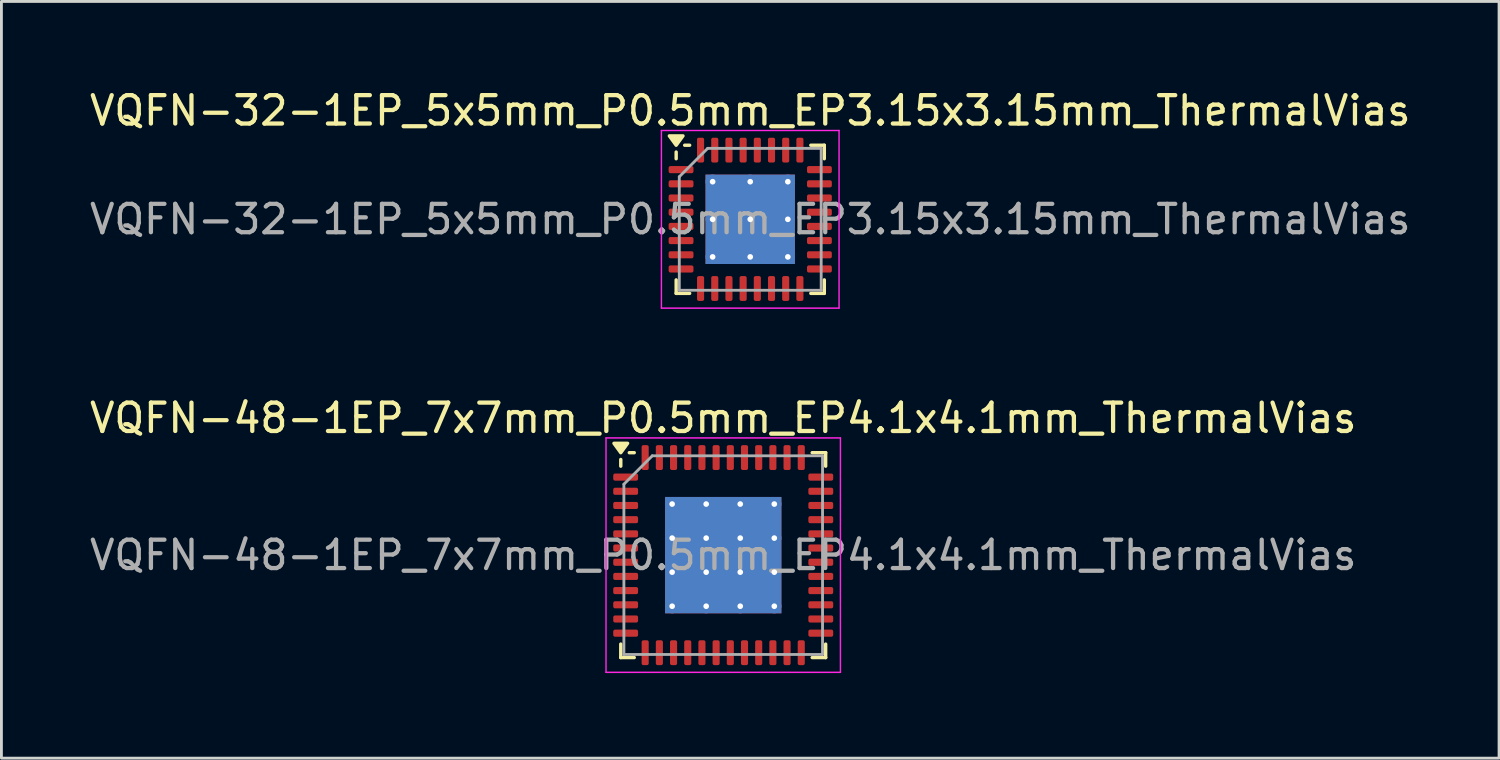
<source format=kicad_pcb>
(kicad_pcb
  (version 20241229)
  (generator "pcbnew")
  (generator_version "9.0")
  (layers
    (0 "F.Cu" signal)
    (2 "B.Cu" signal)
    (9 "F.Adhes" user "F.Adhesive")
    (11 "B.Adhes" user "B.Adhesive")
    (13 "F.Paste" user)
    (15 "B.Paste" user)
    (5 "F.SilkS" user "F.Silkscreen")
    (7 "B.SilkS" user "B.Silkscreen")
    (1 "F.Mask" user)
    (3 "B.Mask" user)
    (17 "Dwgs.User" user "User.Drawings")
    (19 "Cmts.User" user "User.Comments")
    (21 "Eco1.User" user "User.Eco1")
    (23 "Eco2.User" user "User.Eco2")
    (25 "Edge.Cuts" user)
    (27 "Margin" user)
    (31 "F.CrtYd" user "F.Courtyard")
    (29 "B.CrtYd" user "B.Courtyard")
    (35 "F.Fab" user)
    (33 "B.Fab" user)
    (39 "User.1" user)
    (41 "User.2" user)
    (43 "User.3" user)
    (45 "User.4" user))
  (footprint "VQFN-48-1EP_7x7mm_P0.5mm_EP4.1x4.1mm_ThermalVias"
    (layer "F.Cu")
    (at 22.435 16.512)
    (property "Reference" "VQFN-48-1EP_7x7mm_P0.5mm_EP4.1x4.1mm_ThermalVias" (at 0 -4.83 0) (layer "F.SilkS") (effects (font (size 1 1) (thickness 0.15))))
    (attr smd)
    (fp_line (start -3.61 -3.135) (end -3.61 -3.37) (stroke (width 0.12) (type solid)) (layer "F.SilkS"))
    (fp_line (start -3.61 3.61) (end -3.61 3.135) (stroke (width 0.12) (type solid)) (layer "F.SilkS"))
    (fp_line (start -3.135 -3.61) (end -3.31 -3.61) (stroke (width 0.12) (type solid)) (layer "F.SilkS"))
    (fp_line (start -3.135 3.61) (end -3.61 3.61) (stroke (width 0.12) (type solid)) (layer "F.SilkS"))
    (fp_line (start 3.135 -3.61) (end 3.61 -3.61) (stroke (width 0.12) (type solid)) (layer "F.SilkS"))
    (fp_line (start 3.135 3.61) (end 3.61 3.61) (stroke (width 0.12) (type solid)) (layer "F.SilkS"))
    (fp_line (start 3.61 -3.61) (end 3.61 -3.135) (stroke (width 0.12) (type solid)) (layer "F.SilkS"))
    (fp_line (start 3.61 3.61) (end 3.61 3.135) (stroke (width 0.12) (type solid)) (layer "F.SilkS"))
    (fp_poly (pts (xy -3.61 -3.61) (xy -3.85 -3.94) (xy -3.37 -3.94) (xy -3.61 -3.61)) (stroke (width 0.12) (type solid)) (fill yes) (layer "F.SilkS"))
    (fp_line (start -4.13 -4.13) (end -4.13 4.13) (stroke (width 0.05) (type solid)) (layer "F.CrtYd"))
    (fp_line (start -4.13 4.13) (end 4.13 4.13) (stroke (width 0.05) (type solid)) (layer "F.CrtYd"))
    (fp_line (start 4.13 -4.13) (end -4.13 -4.13) (stroke (width 0.05) (type solid)) (layer "F.CrtYd"))
    (fp_line (start 4.13 4.13) (end 4.13 -4.13) (stroke (width 0.05) (type solid)) (layer "F.CrtYd"))
    (fp_line (start -3.5 -2.5) (end -2.5 -3.5) (stroke (width 0.1) (type solid)) (layer "F.Fab"))
    (fp_line (start -3.5 3.5) (end -3.5 -2.5) (stroke (width 0.1) (type solid)) (layer "F.Fab"))
    (fp_line (start -2.5 -3.5) (end 3.5 -3.5) (stroke (width 0.1) (type solid)) (layer "F.Fab"))
    (fp_line (start 3.5 -3.5) (end 3.5 3.5) (stroke (width 0.1) (type solid)) (layer "F.Fab"))
    (fp_line (start 3.5 3.5) (end -3.5 3.5) (stroke (width 0.1) (type solid)) (layer "F.Fab"))
    (fp_text user "${REFERENCE}" (at 0 0 0) (layer "F.Fab") (effects (font (size 1 1) (thickness 0.15))))
    (pad "" smd roundrect (at -1.37 -1.37) (size 1.1 1.1) (layers "F.Paste") (roundrect_rratio 0.227))
    (pad "" smd roundrect (at -1.37 0) (size 1.1 1.1) (layers "F.Paste") (roundrect_rratio 0.227))
    (pad "" smd roundrect (at -1.37 1.37) (size 1.1 1.1) (layers "F.Paste") (roundrect_rratio 0.227))
    (pad "" smd roundrect (at 0 -1.37) (size 1.1 1.1) (layers "F.Paste") (roundrect_rratio 0.227))
    (pad "" smd roundrect (at 0 0) (size 1.1 1.1) (layers "F.Paste") (roundrect_rratio 0.227))
    (pad "" smd roundrect (at 0 1.37) (size 1.1 1.1) (layers "F.Paste") (roundrect_rratio 0.227))
    (pad "" smd roundrect (at 1.37 -1.37) (size 1.1 1.1) (layers "F.Paste") (roundrect_rratio 0.227))
    (pad "" smd roundrect (at 1.37 0) (size 1.1 1.1) (layers "F.Paste") (roundrect_rratio 0.227))
    (pad "" smd roundrect (at 1.37 1.37) (size 1.1 1.1) (layers "F.Paste") (roundrect_rratio 0.227))
    (pad "1" smd roundrect (at -3.438 -2.75) (size 0.875 0.25) (layers "F.Cu" "F.Mask" "F.Paste") (roundrect_rratio 0.25))
    (pad "2" smd roundrect (at -3.438 -2.25) (size 0.875 0.25) (layers "F.Cu" "F.Mask" "F.Paste") (roundrect_rratio 0.25))
    (pad "3" smd roundrect (at -3.438 -1.75) (size 0.875 0.25) (layers "F.Cu" "F.Mask" "F.Paste") (roundrect_rratio 0.25))
    (pad "4" smd roundrect (at -3.438 -1.25) (size 0.875 0.25) (layers "F.Cu" "F.Mask" "F.Paste") (roundrect_rratio 0.25))
    (pad "5" smd roundrect (at -3.438 -0.75) (size 0.875 0.25) (layers "F.Cu" "F.Mask" "F.Paste") (roundrect_rratio 0.25))
    (pad "6" smd roundrect (at -3.438 -0.25) (size 0.875 0.25) (layers "F.Cu" "F.Mask" "F.Paste") (roundrect_rratio 0.25))
    (pad "7" smd roundrect (at -3.438 0.25) (size 0.875 0.25) (layers "F.Cu" "F.Mask" "F.Paste") (roundrect_rratio 0.25))
    (pad "8" smd roundrect (at -3.438 0.75) (size 0.875 0.25) (layers "F.Cu" "F.Mask" "F.Paste") (roundrect_rratio 0.25))
    (pad "9" smd roundrect (at -3.438 1.25) (size 0.875 0.25) (layers "F.Cu" "F.Mask" "F.Paste") (roundrect_rratio 0.25))
    (pad "10" smd roundrect (at -3.438 1.75) (size 0.875 0.25) (layers "F.Cu" "F.Mask" "F.Paste") (roundrect_rratio 0.25))
    (pad "11" smd roundrect (at -3.438 2.25) (size 0.875 0.25) (layers "F.Cu" "F.Mask" "F.Paste") (roundrect_rratio 0.25))
    (pad "12" smd roundrect (at -3.438 2.75) (size 0.875 0.25) (layers "F.Cu" "F.Mask" "F.Paste") (roundrect_rratio 0.25))
    (pad "13" smd roundrect (at -2.75 3.438) (size 0.25 0.875) (layers "F.Cu" "F.Mask" "F.Paste") (roundrect_rratio 0.25))
    (pad "14" smd roundrect (at -2.25 3.438) (size 0.25 0.875) (layers "F.Cu" "F.Mask" "F.Paste") (roundrect_rratio 0.25))
    (pad "15" smd roundrect (at -1.75 3.438) (size 0.25 0.875) (layers "F.Cu" "F.Mask" "F.Paste") (roundrect_rratio 0.25))
    (pad "16" smd roundrect (at -1.25 3.438) (size 0.25 0.875) (layers "F.Cu" "F.Mask" "F.Paste") (roundrect_rratio 0.25))
    (pad "17" smd roundrect (at -0.75 3.438) (size 0.25 0.875) (layers "F.Cu" "F.Mask" "F.Paste") (roundrect_rratio 0.25))
    (pad "18" smd roundrect (at -0.25 3.438) (size 0.25 0.875) (layers "F.Cu" "F.Mask" "F.Paste") (roundrect_rratio 0.25))
    (pad "19" smd roundrect (at 0.25 3.438) (size 0.25 0.875) (layers "F.Cu" "F.Mask" "F.Paste") (roundrect_rratio 0.25))
    (pad "20" smd roundrect (at 0.75 3.438) (size 0.25 0.875) (layers "F.Cu" "F.Mask" "F.Paste") (roundrect_rratio 0.25))
    (pad "21" smd roundrect (at 1.25 3.438) (size 0.25 0.875) (layers "F.Cu" "F.Mask" "F.Paste") (roundrect_rratio 0.25))
    (pad "22" smd roundrect (at 1.75 3.438) (size 0.25 0.875) (layers "F.Cu" "F.Mask" "F.Paste") (roundrect_rratio 0.25))
    (pad "23" smd roundrect (at 2.25 3.438) (size 0.25 0.875) (layers "F.Cu" "F.Mask" "F.Paste") (roundrect_rratio 0.25))
    (pad "24" smd roundrect (at 2.75 3.438) (size 0.25 0.875) (layers "F.Cu" "F.Mask" "F.Paste") (roundrect_rratio 0.25))
    (pad "25" smd roundrect (at 3.438 2.75) (size 0.875 0.25) (layers "F.Cu" "F.Mask" "F.Paste") (roundrect_rratio 0.25))
    (pad "26" smd roundrect (at 3.438 2.25) (size 0.875 0.25) (layers "F.Cu" "F.Mask" "F.Paste") (roundrect_rratio 0.25))
    (pad "27" smd roundrect (at 3.438 1.75) (size 0.875 0.25) (layers "F.Cu" "F.Mask" "F.Paste") (roundrect_rratio 0.25))
    (pad "28" smd roundrect (at 3.438 1.25) (size 0.875 0.25) (layers "F.Cu" "F.Mask" "F.Paste") (roundrect_rratio 0.25))
    (pad "29" smd roundrect (at 3.438 0.75) (size 0.875 0.25) (layers "F.Cu" "F.Mask" "F.Paste") (roundrect_rratio 0.25))
    (pad "30" smd roundrect (at 3.438 0.25) (size 0.875 0.25) (layers "F.Cu" "F.Mask" "F.Paste") (roundrect_rratio 0.25))
    (pad "31" smd roundrect (at 3.438 -0.25) (size 0.875 0.25) (layers "F.Cu" "F.Mask" "F.Paste") (roundrect_rratio 0.25))
    (pad "32" smd roundrect (at 3.438 -0.75) (size 0.875 0.25) (layers "F.Cu" "F.Mask" "F.Paste") (roundrect_rratio 0.25))
    (pad "33" smd roundrect (at 3.438 -1.25) (size 0.875 0.25) (layers "F.Cu" "F.Mask" "F.Paste") (roundrect_rratio 0.25))
    (pad "34" smd roundrect (at 3.438 -1.75) (size 0.875 0.25) (layers "F.Cu" "F.Mask" "F.Paste") (roundrect_rratio 0.25))
    (pad "35" smd roundrect (at 3.438 -2.25) (size 0.875 0.25) (layers "F.Cu" "F.Mask" "F.Paste") (roundrect_rratio 0.25))
    (pad "36" smd roundrect (at 3.438 -2.75) (size 0.875 0.25) (layers "F.Cu" "F.Mask" "F.Paste") (roundrect_rratio 0.25))
    (pad "37" smd roundrect (at 2.75 -3.438) (size 0.25 0.875) (layers "F.Cu" "F.Mask" "F.Paste") (roundrect_rratio 0.25))
    (pad "38" smd roundrect (at 2.25 -3.438) (size 0.25 0.875) (layers "F.Cu" "F.Mask" "F.Paste") (roundrect_rratio 0.25))
    (pad "39" smd roundrect (at 1.75 -3.438) (size 0.25 0.875) (layers "F.Cu" "F.Mask" "F.Paste") (roundrect_rratio 0.25))
    (pad "40" smd roundrect (at 1.25 -3.438) (size 0.25 0.875) (layers "F.Cu" "F.Mask" "F.Paste") (roundrect_rratio 0.25))
    (pad "41" smd roundrect (at 0.75 -3.438) (size 0.25 0.875) (layers "F.Cu" "F.Mask" "F.Paste") (roundrect_rratio 0.25))
    (pad "42" smd roundrect (at 0.25 -3.438) (size 0.25 0.875) (layers "F.Cu" "F.Mask" "F.Paste") (roundrect_rratio 0.25))
    (pad "43" smd roundrect (at -0.25 -3.438) (size 0.25 0.875) (layers "F.Cu" "F.Mask" "F.Paste") (roundrect_rratio 0.25))
    (pad "44" smd roundrect (at -0.75 -3.438) (size 0.25 0.875) (layers "F.Cu" "F.Mask" "F.Paste") (roundrect_rratio 0.25))
    (pad "45" smd roundrect (at -1.25 -3.438) (size 0.25 0.875) (layers "F.Cu" "F.Mask" "F.Paste") (roundrect_rratio 0.25))
    (pad "46" smd roundrect (at -1.75 -3.438) (size 0.25 0.875) (layers "F.Cu" "F.Mask" "F.Paste") (roundrect_rratio 0.25))
    (pad "47" smd roundrect (at -2.25 -3.438) (size 0.25 0.875) (layers "F.Cu" "F.Mask" "F.Paste") (roundrect_rratio 0.25))
    (pad "48" smd roundrect (at -2.75 -3.438) (size 0.25 0.875) (layers "F.Cu" "F.Mask" "F.Paste") (roundrect_rratio 0.25))
    (pad "49" thru_hole circle (at -1.8 -1.8) (size 0.5 0.5) (drill 0.2) (property pad_prop_heatsink) (layers "*.Cu"))
    (pad "49" thru_hole circle (at -1.8 -0.6) (size 0.5 0.5) (drill 0.2) (property pad_prop_heatsink) (layers "*.Cu"))
    (pad "49" thru_hole circle (at -1.8 0.6) (size 0.5 0.5) (drill 0.2) (property pad_prop_heatsink) (layers "*.Cu"))
    (pad "49" thru_hole circle (at -1.8 1.8) (size 0.5 0.5) (drill 0.2) (property pad_prop_heatsink) (layers "*.Cu"))
    (pad "49" thru_hole circle (at -0.6 -1.8) (size 0.5 0.5) (drill 0.2) (property pad_prop_heatsink) (layers "*.Cu"))
    (pad "49" thru_hole circle (at -0.6 -0.6) (size 0.5 0.5) (drill 0.2) (property pad_prop_heatsink) (layers "*.Cu"))
    (pad "49" thru_hole circle (at -0.6 0.6) (size 0.5 0.5) (drill 0.2) (property pad_prop_heatsink) (layers "*.Cu"))
    (pad "49" thru_hole circle (at -0.6 1.8) (size 0.5 0.5) (drill 0.2) (property pad_prop_heatsink) (layers "*.Cu"))
    (pad "49" smd rect (at 0 0) (size 4.1 4.1) (property pad_prop_heatsink) (layers "F.Cu" "F.Mask"))
    (pad "49" smd rect (at 0 0) (size 4.1 4.1) (property pad_prop_heatsink) (layers "B.Cu"))
    (pad "49" thru_hole circle (at 0.6 -1.8) (size 0.5 0.5) (drill 0.2) (property pad_prop_heatsink) (layers "*.Cu"))
    (pad "49" thru_hole circle (at 0.6 -0.6) (size 0.5 0.5) (drill 0.2) (property pad_prop_heatsink) (layers "*.Cu"))
    (pad "49" thru_hole circle (at 0.6 0.6) (size 0.5 0.5) (drill 0.2) (property pad_prop_heatsink) (layers "*.Cu"))
    (pad "49" thru_hole circle (at 0.6 1.8) (size 0.5 0.5) (drill 0.2) (property pad_prop_heatsink) (layers "*.Cu"))
    (pad "49" thru_hole circle (at 1.8 -1.8) (size 0.5 0.5) (drill 0.2) (property pad_prop_heatsink) (layers "*.Cu"))
    (pad "49" thru_hole circle (at 1.8 -0.6) (size 0.5 0.5) (drill 0.2) (property pad_prop_heatsink) (layers "*.Cu"))
    (pad "49" thru_hole circle (at 1.8 0.6) (size 0.5 0.5) (drill 0.2) (property pad_prop_heatsink) (layers "*.Cu"))
    (pad "49" thru_hole circle (at 1.8 1.8) (size 0.5 0.5) (drill 0.2) (property pad_prop_heatsink) (layers "*.Cu")))
  (footprint "VQFN-32-1EP_5x5mm_P0.5mm_EP3.15x3.15mm_ThermalVias"
    (layer "F.Cu")
    (at 23.387 4.678)
    (property "Reference" "VQFN-32-1EP_5x5mm_P0.5mm_EP3.15x3.15mm_ThermalVias" (at 0 -3.83 0) (layer "F.SilkS") (effects (font (size 1 1) (thickness 0.15))))
    (attr smd)
    (fp_line (start -2.61 -2.135) (end -2.61 -2.37) (stroke (width 0.12) (type solid)) (layer "F.SilkS"))
    (fp_line (start -2.61 2.61) (end -2.61 2.135) (stroke (width 0.12) (type solid)) (layer "F.SilkS"))
    (fp_line (start -2.135 -2.61) (end -2.31 -2.61) (stroke (width 0.12) (type solid)) (layer "F.SilkS"))
    (fp_line (start -2.135 2.61) (end -2.61 2.61) (stroke (width 0.12) (type solid)) (layer "F.SilkS"))
    (fp_line (start 2.135 -2.61) (end 2.61 -2.61) (stroke (width 0.12) (type solid)) (layer "F.SilkS"))
    (fp_line (start 2.135 2.61) (end 2.61 2.61) (stroke (width 0.12) (type solid)) (layer "F.SilkS"))
    (fp_line (start 2.61 -2.61) (end 2.61 -2.135) (stroke (width 0.12) (type solid)) (layer "F.SilkS"))
    (fp_line (start 2.61 2.61) (end 2.61 2.135) (stroke (width 0.12) (type solid)) (layer "F.SilkS"))
    (fp_poly (pts (xy -2.61 -2.61) (xy -2.85 -2.94) (xy -2.37 -2.94) (xy -2.61 -2.61)) (stroke (width 0.12) (type solid)) (fill yes) (layer "F.SilkS"))
    (fp_line (start -3.13 -3.13) (end -3.13 3.13) (stroke (width 0.05) (type solid)) (layer "F.CrtYd"))
    (fp_line (start -3.13 3.13) (end 3.13 3.13) (stroke (width 0.05) (type solid)) (layer "F.CrtYd"))
    (fp_line (start 3.13 -3.13) (end -3.13 -3.13) (stroke (width 0.05) (type solid)) (layer "F.CrtYd"))
    (fp_line (start 3.13 3.13) (end 3.13 -3.13) (stroke (width 0.05) (type solid)) (layer "F.CrtYd"))
    (fp_line (start -2.5 -1.5) (end -1.5 -2.5) (stroke (width 0.1) (type solid)) (layer "F.Fab"))
    (fp_line (start -2.5 2.5) (end -2.5 -1.5) (stroke (width 0.1) (type solid)) (layer "F.Fab"))
    (fp_line (start -1.5 -2.5) (end 2.5 -2.5) (stroke (width 0.1) (type solid)) (layer "F.Fab"))
    (fp_line (start 2.5 -2.5) (end 2.5 2.5) (stroke (width 0.1) (type solid)) (layer "F.Fab"))
    (fp_line (start 2.5 2.5) (end -2.5 2.5) (stroke (width 0.1) (type solid)) (layer "F.Fab"))
    (fp_text user "${REFERENCE}" (at 0 0 0) (layer "F.Fab") (effects (font (size 1 1) (thickness 0.15))))
    (pad "" smd roundrect (at -0.79 -0.79) (size 1.27 1.27) (layers "F.Paste") (roundrect_rratio 0.197))
    (pad "" smd roundrect (at -0.79 0.79) (size 1.27 1.27) (layers "F.Paste") (roundrect_rratio 0.197))
    (pad "" smd roundrect (at 0.79 -0.79) (size 1.27 1.27) (layers "F.Paste") (roundrect_rratio 0.197))
    (pad "" smd roundrect (at 0.79 0.79) (size 1.27 1.27) (layers "F.Paste") (roundrect_rratio 0.197))
    (pad "1" smd roundrect (at -2.438 -1.75) (size 0.875 0.25) (layers "F.Cu" "F.Mask" "F.Paste") (roundrect_rratio 0.25))
    (pad "2" smd roundrect (at -2.438 -1.25) (size 0.875 0.25) (layers "F.Cu" "F.Mask" "F.Paste") (roundrect_rratio 0.25))
    (pad "3" smd roundrect (at -2.438 -0.75) (size 0.875 0.25) (layers "F.Cu" "F.Mask" "F.Paste") (roundrect_rratio 0.25))
    (pad "4" smd roundrect (at -2.438 -0.25) (size 0.875 0.25) (layers "F.Cu" "F.Mask" "F.Paste") (roundrect_rratio 0.25))
    (pad "5" smd roundrect (at -2.438 0.25) (size 0.875 0.25) (layers "F.Cu" "F.Mask" "F.Paste") (roundrect_rratio 0.25))
    (pad "6" smd roundrect (at -2.438 0.75) (size 0.875 0.25) (layers "F.Cu" "F.Mask" "F.Paste") (roundrect_rratio 0.25))
    (pad "7" smd roundrect (at -2.438 1.25) (size 0.875 0.25) (layers "F.Cu" "F.Mask" "F.Paste") (roundrect_rratio 0.25))
    (pad "8" smd roundrect (at -2.438 1.75) (size 0.875 0.25) (layers "F.Cu" "F.Mask" "F.Paste") (roundrect_rratio 0.25))
    (pad "9" smd roundrect (at -1.75 2.438) (size 0.25 0.875) (layers "F.Cu" "F.Mask" "F.Paste") (roundrect_rratio 0.25))
    (pad "10" smd roundrect (at -1.25 2.438) (size 0.25 0.875) (layers "F.Cu" "F.Mask" "F.Paste") (roundrect_rratio 0.25))
    (pad "11" smd roundrect (at -0.75 2.438) (size 0.25 0.875) (layers "F.Cu" "F.Mask" "F.Paste") (roundrect_rratio 0.25))
    (pad "12" smd roundrect (at -0.25 2.438) (size 0.25 0.875) (layers "F.Cu" "F.Mask" "F.Paste") (roundrect_rratio 0.25))
    (pad "13" smd roundrect (at 0.25 2.438) (size 0.25 0.875) (layers "F.Cu" "F.Mask" "F.Paste") (roundrect_rratio 0.25))
    (pad "14" smd roundrect (at 0.75 2.438) (size 0.25 0.875) (layers "F.Cu" "F.Mask" "F.Paste") (roundrect_rratio 0.25))
    (pad "15" smd roundrect (at 1.25 2.438) (size 0.25 0.875) (layers "F.Cu" "F.Mask" "F.Paste") (roundrect_rratio 0.25))
    (pad "16" smd roundrect (at 1.75 2.438) (size 0.25 0.875) (layers "F.Cu" "F.Mask" "F.Paste") (roundrect_rratio 0.25))
    (pad "17" smd roundrect (at 2.438 1.75) (size 0.875 0.25) (layers "F.Cu" "F.Mask" "F.Paste") (roundrect_rratio 0.25))
    (pad "18" smd roundrect (at 2.438 1.25) (size 0.875 0.25) (layers "F.Cu" "F.Mask" "F.Paste") (roundrect_rratio 0.25))
    (pad "19" smd roundrect (at 2.438 0.75) (size 0.875 0.25) (layers "F.Cu" "F.Mask" "F.Paste") (roundrect_rratio 0.25))
    (pad "20" smd roundrect (at 2.438 0.25) (size 0.875 0.25) (layers "F.Cu" "F.Mask" "F.Paste") (roundrect_rratio 0.25))
    (pad "21" smd roundrect (at 2.438 -0.25) (size 0.875 0.25) (layers "F.Cu" "F.Mask" "F.Paste") (roundrect_rratio 0.25))
    (pad "22" smd roundrect (at 2.438 -0.75) (size 0.875 0.25) (layers "F.Cu" "F.Mask" "F.Paste") (roundrect_rratio 0.25))
    (pad "23" smd roundrect (at 2.438 -1.25) (size 0.875 0.25) (layers "F.Cu" "F.Mask" "F.Paste") (roundrect_rratio 0.25))
    (pad "24" smd roundrect (at 2.438 -1.75) (size 0.875 0.25) (layers "F.Cu" "F.Mask" "F.Paste") (roundrect_rratio 0.25))
    (pad "25" smd roundrect (at 1.75 -2.438) (size 0.25 0.875) (layers "F.Cu" "F.Mask" "F.Paste") (roundrect_rratio 0.25))
    (pad "26" smd roundrect (at 1.25 -2.438) (size 0.25 0.875) (layers "F.Cu" "F.Mask" "F.Paste") (roundrect_rratio 0.25))
    (pad "27" smd roundrect (at 0.75 -2.438) (size 0.25 0.875) (layers "F.Cu" "F.Mask" "F.Paste") (roundrect_rratio 0.25))
    (pad "28" smd roundrect (at 0.25 -2.438) (size 0.25 0.875) (layers "F.Cu" "F.Mask" "F.Paste") (roundrect_rratio 0.25))
    (pad "29" smd roundrect (at -0.25 -2.438) (size 0.25 0.875) (layers "F.Cu" "F.Mask" "F.Paste") (roundrect_rratio 0.25))
    (pad "30" smd roundrect (at -0.75 -2.438) (size 0.25 0.875) (layers "F.Cu" "F.Mask" "F.Paste") (roundrect_rratio 0.25))
    (pad "31" smd roundrect (at -1.25 -2.438) (size 0.25 0.875) (layers "F.Cu" "F.Mask" "F.Paste") (roundrect_rratio 0.25))
    (pad "32" smd roundrect (at -1.75 -2.438) (size 0.25 0.875) (layers "F.Cu" "F.Mask" "F.Paste") (roundrect_rratio 0.25))
    (pad "33" thru_hole circle (at -1.325 -1.325) (size 0.5 0.5) (drill 0.2) (property pad_prop_heatsink) (layers "*.Cu"))
    (pad "33" thru_hole circle (at -1.325 0) (size 0.5 0.5) (drill 0.2) (property pad_prop_heatsink) (layers "*.Cu"))
    (pad "33" thru_hole circle (at -1.325 1.325) (size 0.5 0.5) (drill 0.2) (property pad_prop_heatsink) (layers "*.Cu"))
    (pad "33" thru_hole circle (at 0 -1.325) (size 0.5 0.5) (drill 0.2) (property pad_prop_heatsink) (layers "*.Cu"))
    (pad "33" thru_hole circle (at 0 0) (size 0.5 0.5) (drill 0.2) (property pad_prop_heatsink) (layers "*.Cu"))
    (pad "33" smd rect (at 0 0) (size 3.15 3.15) (property pad_prop_heatsink) (layers "F.Cu" "F.Mask"))
    (pad "33" smd rect (at 0 0) (size 3.15 3.15) (property pad_prop_heatsink) (layers "B.Cu"))
    (pad "33" thru_hole circle (at 0 1.325) (size 0.5 0.5) (drill 0.2) (property pad_prop_heatsink) (layers "*.Cu"))
    (pad "33" thru_hole circle (at 1.325 -1.325) (size 0.5 0.5) (drill 0.2) (property pad_prop_heatsink) (layers "*.Cu"))
    (pad "33" thru_hole circle (at 1.325 0) (size 0.5 0.5) (drill 0.2) (property pad_prop_heatsink) (layers "*.Cu"))
    (pad "33" thru_hole circle (at 1.325 1.325) (size 0.5 0.5) (drill 0.2) (property pad_prop_heatsink) (layers "*.Cu")))
  (gr_rect
    (start -3 -3)
    (end 49.774 23.666)
    (stroke (width 0.1) (type default))
    (fill no)
    (layer "Edge.Cuts")))
</source>
